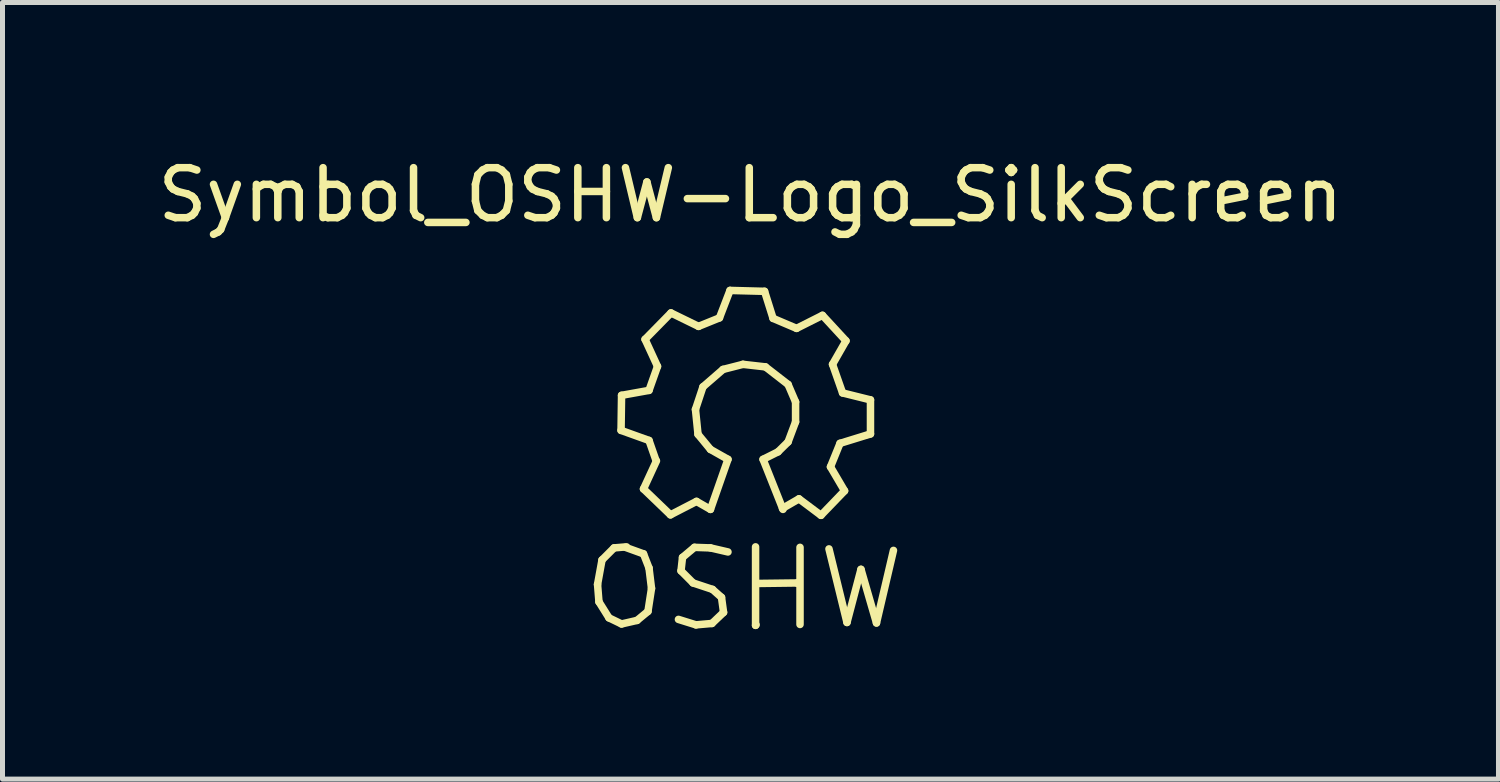
<source format=kicad_pcb>
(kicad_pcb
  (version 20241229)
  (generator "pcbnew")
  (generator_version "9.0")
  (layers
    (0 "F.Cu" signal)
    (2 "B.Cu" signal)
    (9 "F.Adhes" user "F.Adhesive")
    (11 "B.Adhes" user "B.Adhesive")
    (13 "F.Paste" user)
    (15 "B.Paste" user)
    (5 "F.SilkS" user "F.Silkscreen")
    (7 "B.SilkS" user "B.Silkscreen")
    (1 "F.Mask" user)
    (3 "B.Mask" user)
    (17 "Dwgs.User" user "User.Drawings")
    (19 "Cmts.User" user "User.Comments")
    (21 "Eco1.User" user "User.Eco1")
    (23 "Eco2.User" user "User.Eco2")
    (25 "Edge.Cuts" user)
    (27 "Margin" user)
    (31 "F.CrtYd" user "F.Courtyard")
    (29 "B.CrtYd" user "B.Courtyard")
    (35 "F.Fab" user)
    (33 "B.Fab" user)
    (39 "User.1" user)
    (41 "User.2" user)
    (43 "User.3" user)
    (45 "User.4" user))
  (footprint "Symbol_OSHW-Logo_SilkScreen"
    (layer "F.Cu")
    (at 11.859 5.237)
    (property "Reference" "Symbol_OSHW-Logo_SilkScreen" (at 0.099 -4.389 0) (layer "F.SilkS") (effects (font (size 1 1) (thickness 0.15))))
    (attr through_hole)
    (fp_line (start -2.959 3.401) (end -2.931 3.749) (stroke (width 0.15) (type solid)) (layer "F.SilkS"))
    (fp_line (start -2.931 3.749) (end -2.731 4.069) (stroke (width 0.15) (type solid)) (layer "F.SilkS"))
    (fp_line (start -2.87 2.911) (end -2.959 3.401) (stroke (width 0.15) (type solid)) (layer "F.SilkS"))
    (fp_line (start -2.731 4.069) (end -2.479 4.191) (stroke (width 0.15) (type solid)) (layer "F.SilkS"))
    (fp_line (start -2.629 2.67) (end -2.87 2.911) (stroke (width 0.15) (type solid)) (layer "F.SilkS"))
    (fp_line (start -2.489 0.32) (end -1.93 0.521) (stroke (width 0.15) (type solid)) (layer "F.SilkS"))
    (fp_line (start -2.479 -0.381) (end -2.489 0.32) (stroke (width 0.15) (type solid)) (layer "F.SilkS"))
    (fp_line (start -2.479 4.191) (end -2.169 4.12) (stroke (width 0.15) (type solid)) (layer "F.SilkS"))
    (fp_line (start -2.38 2.649) (end -2.629 2.67) (stroke (width 0.15) (type solid)) (layer "F.SilkS"))
    (fp_line (start -2.169 4.12) (end -1.951 3.94) (stroke (width 0.15) (type solid)) (layer "F.SilkS"))
    (fp_line (start -2.04 1.491) (end -1.501 2.009) (stroke (width 0.15) (type solid)) (layer "F.SilkS"))
    (fp_line (start -2.04 2.789) (end -2.4 2.659) (stroke (width 0.15) (type solid)) (layer "F.SilkS"))
    (fp_line (start -2.009 -1.501) (end -1.76 -0.96) (stroke (width 0.15) (type solid)) (layer "F.SilkS"))
    (fp_line (start -1.951 3.94) (end -1.88 3.48) (stroke (width 0.15) (type solid)) (layer "F.SilkS"))
    (fp_line (start -1.93 -0.48) (end -2.479 -0.381) (stroke (width 0.15) (type solid)) (layer "F.SilkS"))
    (fp_line (start -1.93 0.521) (end -1.791 0.919) (stroke (width 0.15) (type solid)) (layer "F.SilkS"))
    (fp_line (start -1.93 3.071) (end -2.04 2.789) (stroke (width 0.15) (type solid)) (layer "F.SilkS"))
    (fp_line (start -1.88 3.48) (end -1.93 3.071) (stroke (width 0.15) (type solid)) (layer "F.SilkS"))
    (fp_line (start -1.781 0.93) (end -2.04 1.491) (stroke (width 0.15) (type solid)) (layer "F.SilkS"))
    (fp_line (start -1.76 -0.96) (end -1.93 -0.48) (stroke (width 0.15) (type solid)) (layer "F.SilkS"))
    (fp_line (start -1.501 2.009) (end -0.98 1.74) (stroke (width 0.15) (type solid)) (layer "F.SilkS"))
    (fp_line (start -1.491 -2.029) (end -2.009 -1.501) (stroke (width 0.15) (type solid)) (layer "F.SilkS"))
    (fp_line (start -1.29 3.129) (end -1.049 3.371) (stroke (width 0.15) (type solid)) (layer "F.SilkS"))
    (fp_line (start -1.26 2.86) (end -1.29 3.129) (stroke (width 0.15) (type solid)) (layer "F.SilkS"))
    (fp_line (start -1.049 3.371) (end -0.66 3.5) (stroke (width 0.15) (type solid)) (layer "F.SilkS"))
    (fp_line (start -1.021 2.659) (end -1.26 2.86) (stroke (width 0.15) (type solid)) (layer "F.SilkS"))
    (fp_line (start -1.001 -0.099) (end -0.95 0.399) (stroke (width 0.15) (type solid)) (layer "F.SilkS"))
    (fp_line (start -0.991 4.209) (end -1.341 4.1) (stroke (width 0.15) (type solid)) (layer "F.SilkS"))
    (fp_line (start -0.98 1.74) (end -0.701 1.9) (stroke (width 0.15) (type solid)) (layer "F.SilkS"))
    (fp_line (start -0.95 0.399) (end -0.701 0.701) (stroke (width 0.15) (type solid)) (layer "F.SilkS"))
    (fp_line (start -0.94 -1.76) (end -1.491 -2.029) (stroke (width 0.15) (type solid)) (layer "F.SilkS"))
    (fp_line (start -0.851 -0.551) (end -1.001 -0.099) (stroke (width 0.15) (type solid)) (layer "F.SilkS"))
    (fp_line (start -0.701 0.701) (end -0.351 0.899) (stroke (width 0.15) (type solid)) (layer "F.SilkS"))
    (fp_line (start -0.701 2.67) (end -1.021 2.659) (stroke (width 0.15) (type solid)) (layer "F.SilkS"))
    (fp_line (start -0.671 4.181) (end -0.991 4.209) (stroke (width 0.15) (type solid)) (layer "F.SilkS"))
    (fp_line (start -0.66 3.5) (end -0.48 3.66) (stroke (width 0.15) (type solid)) (layer "F.SilkS"))
    (fp_line (start -0.521 -1.93) (end -0.94 -1.76) (stroke (width 0.15) (type solid)) (layer "F.SilkS"))
    (fp_line (start -0.48 3.66) (end -0.439 3.96) (stroke (width 0.15) (type solid)) (layer "F.SilkS"))
    (fp_line (start -0.45 -0.899) (end -0.851 -0.551) (stroke (width 0.15) (type solid)) (layer "F.SilkS"))
    (fp_line (start -0.439 3.96) (end -0.671 4.181) (stroke (width 0.15) (type solid)) (layer "F.SilkS"))
    (fp_line (start -0.351 0.899) (end -0.701 1.9) (stroke (width 0.15) (type solid)) (layer "F.SilkS"))
    (fp_line (start -0.351 2.751) (end -0.701 2.67) (stroke (width 0.15) (type solid)) (layer "F.SilkS"))
    (fp_line (start -0.31 -2.479) (end -0.521 -1.93) (stroke (width 0.15) (type solid)) (layer "F.SilkS"))
    (fp_line (start -0.051 -1.001) (end -0.45 -0.899) (stroke (width 0.15) (type solid)) (layer "F.SilkS"))
    (fp_line (start 0.201 2.649) (end 0.201 4.219) (stroke (width 0.15) (type solid)) (layer "F.SilkS"))
    (fp_line (start 0.201 4.219) (end 0.211 4.209) (stroke (width 0.15) (type solid)) (layer "F.SilkS"))
    (fp_line (start 0.249 3.381) (end 1.039 3.371) (stroke (width 0.15) (type solid)) (layer "F.SilkS"))
    (fp_line (start 0.351 0.899) (end 0.65 0.749) (stroke (width 0.15) (type solid)) (layer "F.SilkS"))
    (fp_line (start 0.351 0.899) (end 0.749 1.9) (stroke (width 0.15) (type solid)) (layer "F.SilkS"))
    (fp_line (start 0.381 -2.461) (end -0.31 -2.479) (stroke (width 0.15) (type solid)) (layer "F.SilkS"))
    (fp_line (start 0.399 -0.95) (end -0.051 -1.001) (stroke (width 0.15) (type solid)) (layer "F.SilkS"))
    (fp_line (start 0.551 -1.92) (end 0.381 -2.461) (stroke (width 0.15) (type solid)) (layer "F.SilkS"))
    (fp_line (start 0.65 0.749) (end 0.851 0.551) (stroke (width 0.15) (type solid)) (layer "F.SilkS"))
    (fp_line (start 0.739 1.88) (end 1.069 1.689) (stroke (width 0.15) (type solid)) (layer "F.SilkS"))
    (fp_line (start 0.851 -0.599) (end 0.399 -0.95) (stroke (width 0.15) (type solid)) (layer "F.SilkS"))
    (fp_line (start 0.851 0.551) (end 1.001 0.15) (stroke (width 0.15) (type solid)) (layer "F.SilkS"))
    (fp_line (start 1.001 -0.249) (end 0.851 -0.599) (stroke (width 0.15) (type solid)) (layer "F.SilkS"))
    (fp_line (start 1.001 0.15) (end 1.001 -0.249) (stroke (width 0.15) (type solid)) (layer "F.SilkS"))
    (fp_line (start 1.021 -1.72) (end 0.551 -1.92) (stroke (width 0.15) (type solid)) (layer "F.SilkS"))
    (fp_line (start 1.039 3.371) (end 1.049 3.381) (stroke (width 0.15) (type solid)) (layer "F.SilkS"))
    (fp_line (start 1.049 3.381) (end 1.049 3.371) (stroke (width 0.15) (type solid)) (layer "F.SilkS"))
    (fp_line (start 1.069 1.689) (end 1.509 2.019) (stroke (width 0.15) (type solid)) (layer "F.SilkS"))
    (fp_line (start 1.09 2.659) (end 1.09 4.201) (stroke (width 0.15) (type solid)) (layer "F.SilkS"))
    (fp_line (start 1.509 2.019) (end 1.981 1.529) (stroke (width 0.15) (type solid)) (layer "F.SilkS"))
    (fp_line (start 1.539 -1.981) (end 1.021 -1.72) (stroke (width 0.15) (type solid)) (layer "F.SilkS"))
    (fp_line (start 1.669 2.69) (end 2.029 4.161) (stroke (width 0.15) (type solid)) (layer "F.SilkS"))
    (fp_line (start 1.699 1.049) (end 1.89 0.579) (stroke (width 0.15) (type solid)) (layer "F.SilkS"))
    (fp_line (start 1.74 -1.001) (end 2.009 -1.471) (stroke (width 0.15) (type solid)) (layer "F.SilkS"))
    (fp_line (start 1.89 0.579) (end 2.499 0.391) (stroke (width 0.15) (type solid)) (layer "F.SilkS"))
    (fp_line (start 1.941 -0.429) (end 1.74 -1.001) (stroke (width 0.15) (type solid)) (layer "F.SilkS"))
    (fp_line (start 1.981 1.529) (end 1.699 1.049) (stroke (width 0.15) (type solid)) (layer "F.SilkS"))
    (fp_line (start 2.009 -1.471) (end 1.539 -1.981) (stroke (width 0.15) (type solid)) (layer "F.SilkS"))
    (fp_line (start 2.029 4.161) (end 2.309 3.099) (stroke (width 0.15) (type solid)) (layer "F.SilkS"))
    (fp_line (start 2.309 3.099) (end 2.619 4.171) (stroke (width 0.15) (type solid)) (layer "F.SilkS"))
    (fp_line (start 2.499 -0.29) (end 1.941 -0.429) (stroke (width 0.15) (type solid)) (layer "F.SilkS"))
    (fp_line (start 2.499 0.391) (end 2.499 -0.29) (stroke (width 0.15) (type solid)) (layer "F.SilkS"))
    (fp_line (start 2.619 4.171) (end 2.959 2.72) (stroke (width 0.15) (type solid)) (layer "F.SilkS")))
  (gr_rect
    (start -3 -3)
    (end 26.917 12.531)
    (stroke (width 0.1) (type default))
    (fill no)
    (layer "Edge.Cuts")))
</source>
